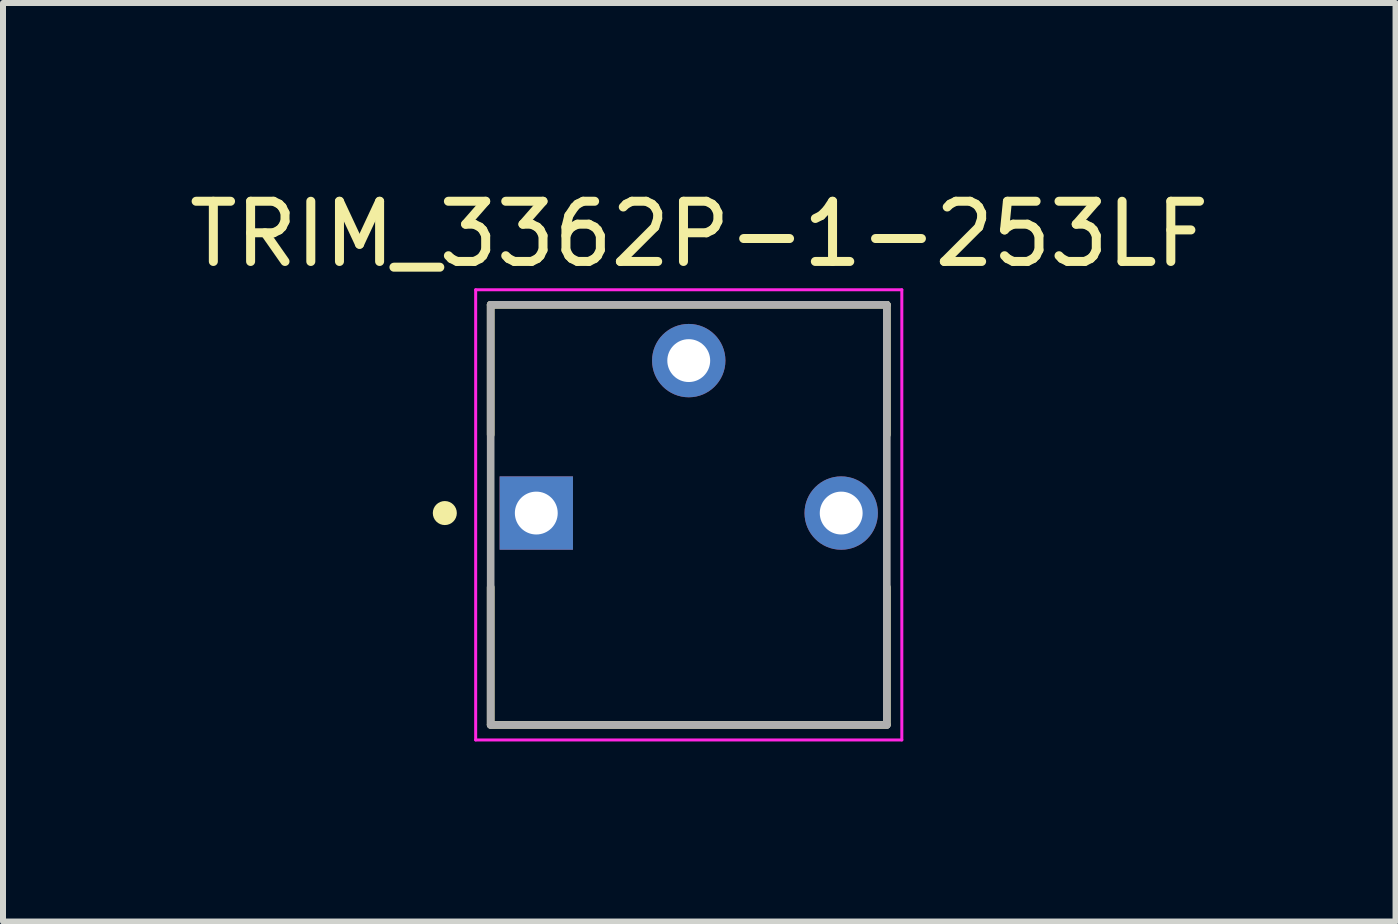
<source format=kicad_pcb>
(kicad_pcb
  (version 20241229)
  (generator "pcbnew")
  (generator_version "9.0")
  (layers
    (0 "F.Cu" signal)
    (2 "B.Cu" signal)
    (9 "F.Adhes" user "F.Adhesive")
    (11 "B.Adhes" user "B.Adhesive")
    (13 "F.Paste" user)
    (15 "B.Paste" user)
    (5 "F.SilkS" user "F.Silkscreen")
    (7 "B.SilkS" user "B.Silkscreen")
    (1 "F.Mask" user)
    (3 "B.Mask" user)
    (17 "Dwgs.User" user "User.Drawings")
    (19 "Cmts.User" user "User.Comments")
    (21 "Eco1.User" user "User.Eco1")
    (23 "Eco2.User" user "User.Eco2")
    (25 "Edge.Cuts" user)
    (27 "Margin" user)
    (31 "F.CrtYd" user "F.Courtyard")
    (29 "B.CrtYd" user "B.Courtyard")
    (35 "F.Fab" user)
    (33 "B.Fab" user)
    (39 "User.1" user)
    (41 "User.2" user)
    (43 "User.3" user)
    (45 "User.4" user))
  (footprint "TRIM_3362P-1-253LF"
    (layer "F.Cu")
    (at 8.425 5.498)
    (property "Reference" "TRIM_3362P-1-253LF" (at 0.175 -4.648 0) (layer "F.SilkS") (effects (font (size 1.003 1.003) (thickness 0.15))))
    (attr through_hole)
    (fp_line (start -3.3 -3.47) (end 3.3 -3.47) (stroke (width 0.127) (type solid)) (layer "F.SilkS"))
    (fp_line (start -3.3 -1.305) (end -3.3 -3.47) (stroke (width 0.127) (type solid)) (layer "F.SilkS"))
    (fp_line (start -3.3 3.52) (end -3.3 1.235) (stroke (width 0.127) (type solid)) (layer "F.SilkS"))
    (fp_line (start 3.3 -3.47) (end 3.3 -1.305) (stroke (width 0.127) (type solid)) (layer "F.SilkS"))
    (fp_line (start 3.3 1.235) (end 3.3 3.52) (stroke (width 0.127) (type solid)) (layer "F.SilkS"))
    (fp_line (start 3.3 3.53) (end -3.3 3.53) (stroke (width 0.127) (type solid)) (layer "F.SilkS"))
    (fp_circle (center -4.064 0) (end -3.964 0) (stroke (width 0.2) (type solid)) (fill no) (layer "F.SilkS"))
    (fp_line (start -3.55 -3.72) (end 3.55 -3.72) (stroke (width 0.05) (type solid)) (layer "F.CrtYd"))
    (fp_line (start -3.55 3.78) (end -3.55 -3.72) (stroke (width 0.05) (type solid)) (layer "F.CrtYd"))
    (fp_line (start 3.55 -3.72) (end 3.55 3.78) (stroke (width 0.05) (type solid)) (layer "F.CrtYd"))
    (fp_line (start 3.55 3.78) (end -3.55 3.78) (stroke (width 0.05) (type solid)) (layer "F.CrtYd"))
    (fp_line (start -3.3 -3.47) (end 3.3 -3.47) (stroke (width 0.127) (type solid)) (layer "F.Fab"))
    (fp_line (start -3.3 3.53) (end -3.3 -3.47) (stroke (width 0.127) (type solid)) (layer "F.Fab"))
    (fp_line (start 3.3 -3.47) (end 3.3 3.53) (stroke (width 0.127) (type solid)) (layer "F.Fab"))
    (fp_line (start 3.3 3.53) (end -3.3 3.53) (stroke (width 0.127) (type solid)) (layer "F.Fab"))
    (pad "1" thru_hole rect (at -2.54 0) (size 1.222 1.222) (drill 0.714) (layers "*.Cu" "*.Mask"))
    (pad "2" thru_hole circle (at 0 -2.54) (size 1.222 1.222) (drill 0.714) (layers "*.Cu" "*.Mask"))
    (pad "3" thru_hole circle (at 2.54 0) (size 1.222 1.222) (drill 0.714) (layers "*.Cu" "*.Mask")))
  (gr_rect
    (start -3 -3)
    (end 20.201 12.303)
    (stroke (width 0.1) (type default))
    (fill no)
    (layer "Edge.Cuts")))
</source>
